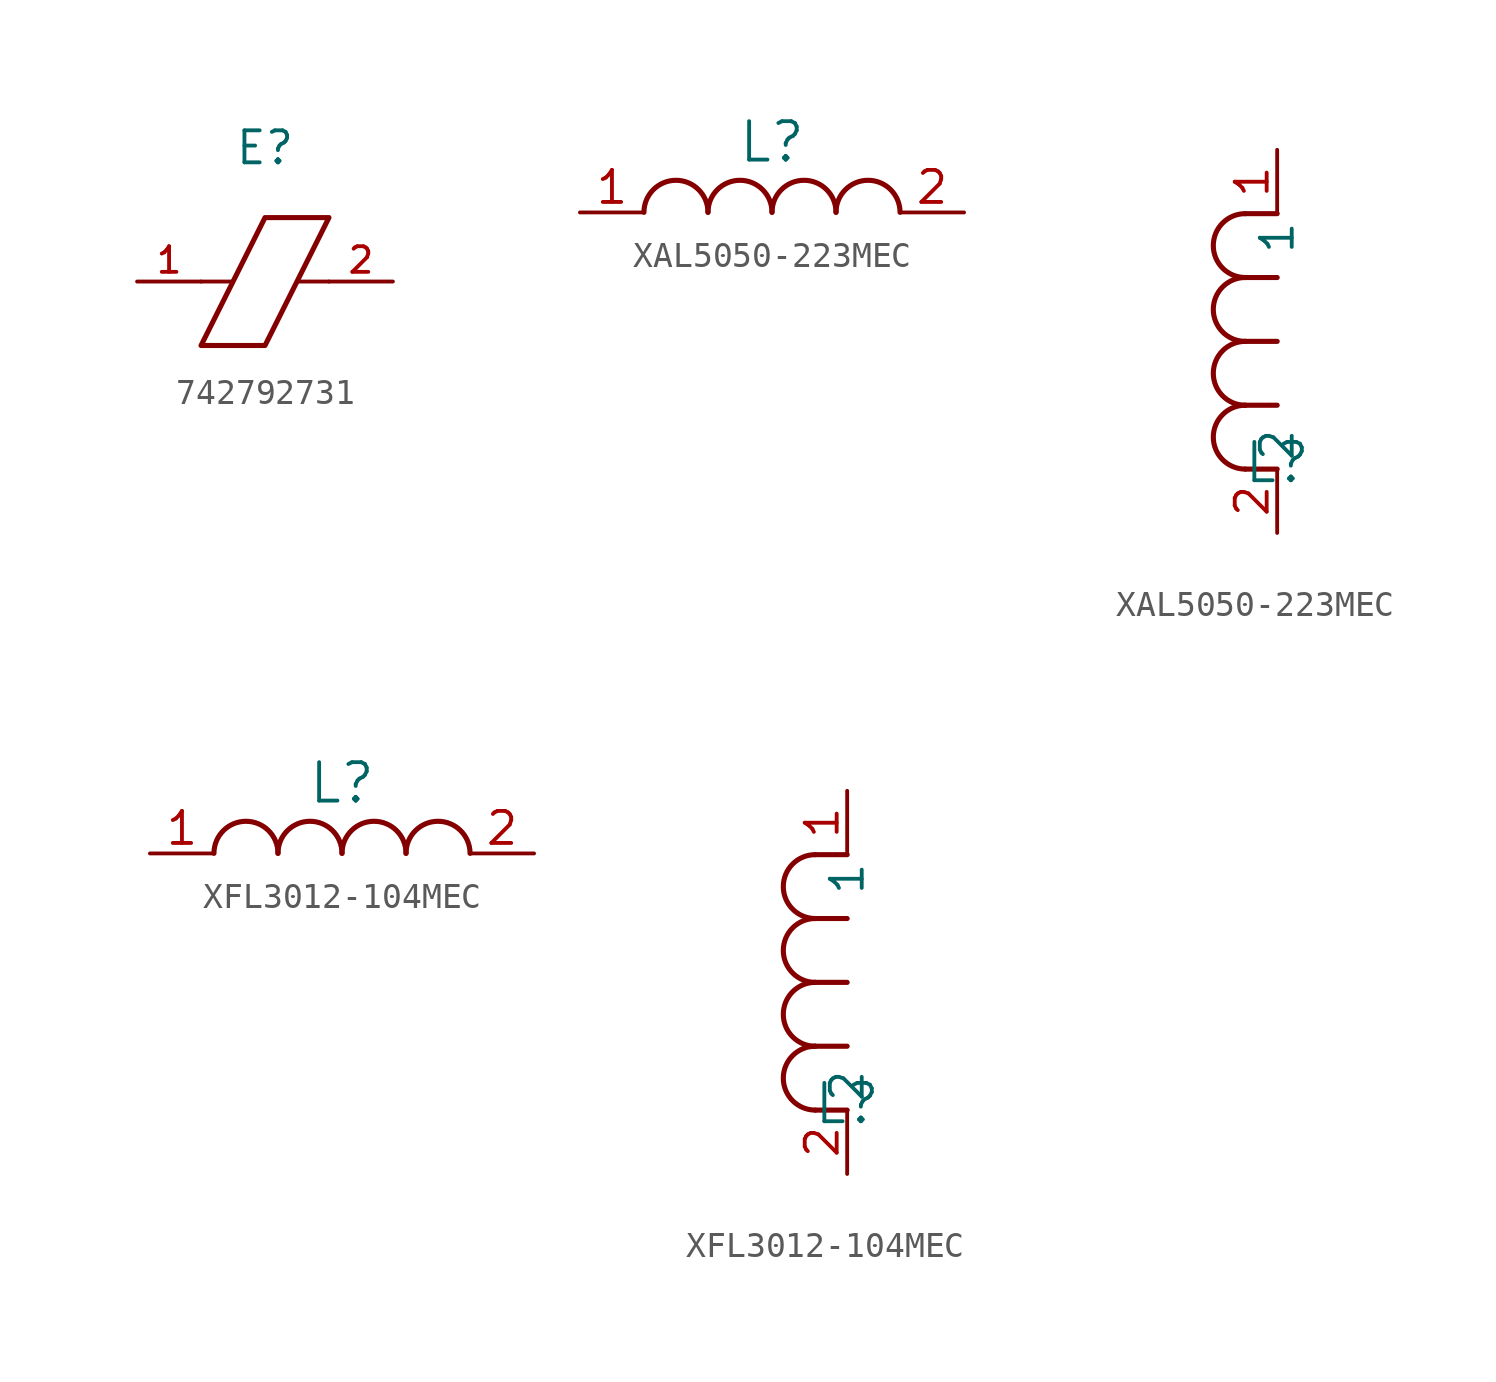
<source format=kicad_sym>
(kicad_symbol_lib
  (version 20231120)
  (generator "kicad_symbol_editor")
  (generator_version "8.0")
  (symbol "742792731"
    (pin_names
      (offset 1.016))
    (property "Reference" "E"
      (at 0 4.572 0)
      (effects (font (size 1.27 1.27)) (justify bottom)))
    (symbol "742792731_0_0"
      (pin passive line (at -5.08 0 0) (length 2.54) (name "~" (effects (font (size 1.016 1.016)))) (number "1" (effects (font (size 1.016 1.016)))))
      (pin passive line (at 5.08 0 180) (length 2.54) (name "~" (effects (font (size 1.016 1.016)))) (number "2" (effects (font (size 1.016 1.016))))))
    (symbol "742792731_0_1"
      (polyline (pts (xy -1.27 0) (xy -2.54 0)) (stroke (width 0) (type default)) (fill (type none)))
      (polyline (pts (xy 1.27 0) (xy 2.54 0)) (stroke (width 0) (type default)) (fill (type none))))
    (symbol "742792731_1_1"
      (polyline (pts (xy 0 2.54) (xy 2.54 2.54) (xy 0 -2.54) (xy -2.54 -2.54) (xy 0 2.54)) (stroke (width 0.203) (type default)) (fill (type none)))))
  (symbol "XAL5050-223MEC"
    (pin_names
      (offset 0.254))
    (property "Reference" "L"
      (at 0 2.794 0)
      (effects (font (size 1.524 1.524))))
    (symbol "XAL5050-223MEC_1_1"
      (arc (start -2.54 0.0056) (mid -3.81 1.27) (end -5.08 0.0056) (stroke (width 0.2032) (type default)) (fill (type none)))
      (arc (start 0 0.0056) (mid -1.27 1.27) (end -2.54 0.0056) (stroke (width 0.2032) (type default)) (fill (type none)))
      (arc (start 2.54 0.0056) (mid 1.27 1.27) (end 0 0.0056) (stroke (width 0.2032) (type default)) (fill (type none)))
      (arc (start 5.08 0.0056) (mid 3.81 1.27) (end 2.54 0.0056) (stroke (width 0.2032) (type default)) (fill (type none)))
      (pin unspecified line (at -7.62 0 0) (length 2.54) (name "" (effects (font (size 1.27 1.27)))) (number "1" (effects (font (size 1.27 1.27)))))
      (pin unspecified line (at 7.62 0 180) (length 2.54) (name "" (effects (font (size 1.27 1.27)))) (number "2" (effects (font (size 1.27 1.27))))))
    (symbol "XAL5050-223MEC_1_2"
      (arc (start -1.27 5.08) (mid -2.5344 3.81) (end -1.27 2.54) (stroke (width 0.2032) (type default)) (fill (type none)))
      (arc (start -1.27 7.62) (mid -2.5344 6.35) (end -1.27 5.08) (stroke (width 0.2032) (type default)) (fill (type none)))
      (arc (start -1.27 10.16) (mid -2.5344 8.89) (end -1.27 7.62) (stroke (width 0.2032) (type default)) (fill (type none)))
      (arc (start -1.27 12.7) (mid -2.5344 11.43) (end -1.27 10.16) (stroke (width 0.2032) (type default)) (fill (type none)))
      (polyline (pts (xy 0 2.54) (xy -1.27 2.54)) (stroke (width 0.203) (type default)) (fill (type none)))
      (polyline (pts (xy 0 5.08) (xy -1.27 5.08)) (stroke (width 0.203) (type default)) (fill (type none)))
      (polyline (pts (xy 0 7.62) (xy -1.27 7.62)) (stroke (width 0.203) (type default)) (fill (type none)))
      (polyline (pts (xy 0 10.16) (xy -1.27 10.16)) (stroke (width 0.203) (type default)) (fill (type none)))
      (polyline (pts (xy 0 12.7) (xy -1.27 12.7)) (stroke (width 0.203) (type default)) (fill (type none)))
      (pin unspecified line (at 0 15.24 270) (length 2.54) (name "1" (effects (font (size 1.27 1.27)))) (number "1" (effects (font (size 1.27 1.27)))))
      (pin unspecified line (at 0 0 90) (length 2.54) (name "2" (effects (font (size 1.27 1.27)))) (number "2" (effects (font (size 1.27 1.27)))))))
  (symbol "XFL3012-104MEC"
    (pin_names
      (offset 0.254))
    (property "Reference" "L"
      (at 0 2.794 0)
      (effects (font (size 1.524 1.524))))
    (symbol "XFL3012-104MEC_1_1"
      (arc (start -2.54 0.0056) (mid -3.81 1.27) (end -5.08 0.0056) (stroke (width 0.2032) (type default)) (fill (type none)))
      (arc (start 0 0.0056) (mid -1.27 1.27) (end -2.54 0.0056) (stroke (width 0.2032) (type default)) (fill (type none)))
      (arc (start 2.54 0.0056) (mid 1.27 1.27) (end 0 0.0056) (stroke (width 0.2032) (type default)) (fill (type none)))
      (arc (start 5.08 0.0056) (mid 3.81 1.27) (end 2.54 0.0056) (stroke (width 0.2032) (type default)) (fill (type none)))
      (pin unspecified line (at -7.62 0 0) (length 2.54) (name "" (effects (font (size 1.27 1.27)))) (number "1" (effects (font (size 1.27 1.27)))))
      (pin unspecified line (at 7.62 0 180) (length 2.54) (name "" (effects (font (size 1.27 1.27)))) (number "2" (effects (font (size 1.27 1.27))))))
    (symbol "XFL3012-104MEC_1_2"
      (arc (start -1.27 5.08) (mid -2.5344 3.81) (end -1.27 2.54) (stroke (width 0.2032) (type default)) (fill (type none)))
      (arc (start -1.27 7.62) (mid -2.5344 6.35) (end -1.27 5.08) (stroke (width 0.2032) (type default)) (fill (type none)))
      (arc (start -1.27 10.16) (mid -2.5344 8.89) (end -1.27 7.62) (stroke (width 0.2032) (type default)) (fill (type none)))
      (arc (start -1.27 12.7) (mid -2.5344 11.43) (end -1.27 10.16) (stroke (width 0.2032) (type default)) (fill (type none)))
      (polyline (pts (xy 0 2.54) (xy -1.27 2.54)) (stroke (width 0.203) (type default)) (fill (type none)))
      (polyline (pts (xy 0 5.08) (xy -1.27 5.08)) (stroke (width 0.203) (type default)) (fill (type none)))
      (polyline (pts (xy 0 7.62) (xy -1.27 7.62)) (stroke (width 0.203) (type default)) (fill (type none)))
      (polyline (pts (xy 0 10.16) (xy -1.27 10.16)) (stroke (width 0.203) (type default)) (fill (type none)))
      (polyline (pts (xy 0 12.7) (xy -1.27 12.7)) (stroke (width 0.203) (type default)) (fill (type none)))
      (pin unspecified line (at 0 15.24 270) (length 2.54) (name "1" (effects (font (size 1.27 1.27)))) (number "1" (effects (font (size 1.27 1.27)))))
      (pin unspecified line (at 0 0 90) (length 2.54) (name "2" (effects (font (size 1.27 1.27)))) (number "2" (effects (font (size 1.27 1.27))))))))
</source>
